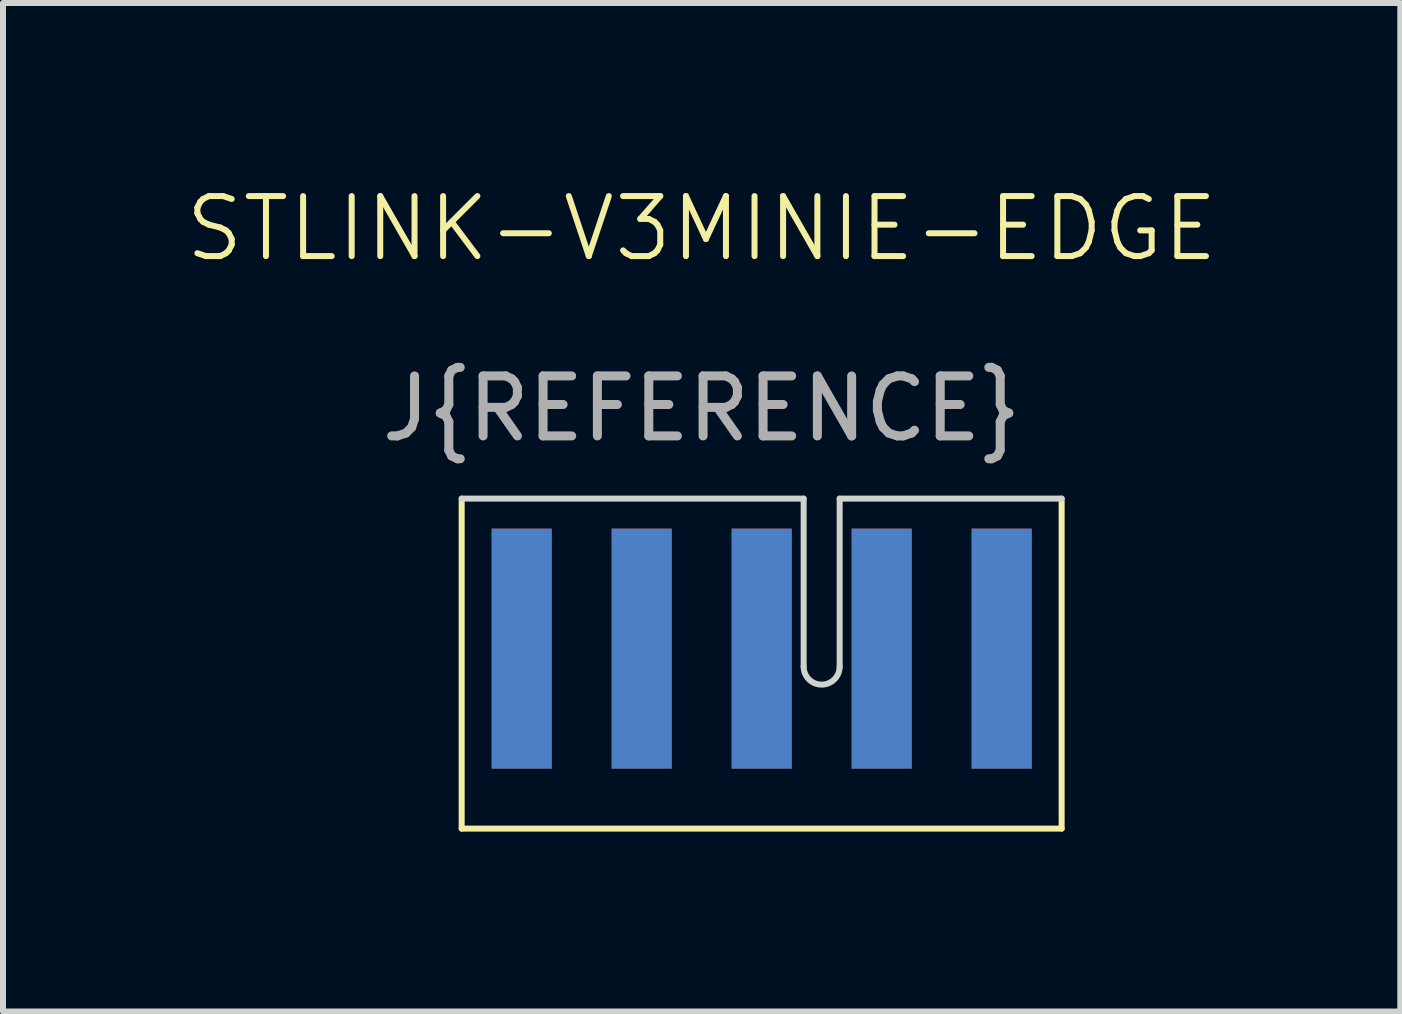
<source format=kicad_pcb>
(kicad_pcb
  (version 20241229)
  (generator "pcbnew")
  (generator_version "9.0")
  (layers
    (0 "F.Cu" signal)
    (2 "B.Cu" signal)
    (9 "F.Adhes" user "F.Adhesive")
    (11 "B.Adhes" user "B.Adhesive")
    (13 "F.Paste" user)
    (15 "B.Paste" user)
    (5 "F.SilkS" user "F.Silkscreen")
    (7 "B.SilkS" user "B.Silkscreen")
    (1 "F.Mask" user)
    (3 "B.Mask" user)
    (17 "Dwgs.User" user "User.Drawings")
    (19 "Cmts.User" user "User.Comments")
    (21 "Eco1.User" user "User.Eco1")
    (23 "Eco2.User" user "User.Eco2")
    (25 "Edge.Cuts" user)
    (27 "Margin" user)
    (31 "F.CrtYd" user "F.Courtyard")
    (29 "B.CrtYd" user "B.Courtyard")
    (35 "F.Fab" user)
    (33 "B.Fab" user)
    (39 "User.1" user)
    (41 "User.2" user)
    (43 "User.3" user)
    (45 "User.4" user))
  (footprint "STLINK-V3MINIE-EDGE"
    (layer "F.Cu")
    (at 8.645 5.261)
    (property "Reference" "STLINK-V3MINIE-EDGE" (at 0 -4.5 0) (unlocked yes) (layer "F.SilkS") (effects (font (size 1 1) (thickness 0.1))))
    (attr smd)
    (fp_line (start -4 0) (end -4 5.5) (stroke (width 0.1) (type default)) (layer "F.SilkS"))
    (fp_line (start 6 0) (end 6 5.5) (stroke (width 0.1) (type default)) (layer "F.SilkS"))
    (fp_line (start 6 5.5) (end -4 5.5) (stroke (width 0.1) (type default)) (layer "F.SilkS"))
    (fp_line (start 1.7 0) (end -4 0) (stroke (width 0.1) (type default)) (layer "Edge.Cuts"))
    (fp_line (start 1.7 0) (end 1.7 2.8) (stroke (width 0.1) (type default)) (layer "Edge.Cuts"))
    (fp_line (start 2.3 0) (end 2.3 2.8) (stroke (width 0.1) (type default)) (layer "Edge.Cuts"))
    (fp_line (start 2.3 0) (end 6 0) (stroke (width 0.1) (type default)) (layer "Edge.Cuts"))
    (fp_arc (start 2.3 2.8) (mid 2 3.1) (end 1.7 2.8) (stroke (width 0.1) (type default)) (layer "Edge.Cuts"))
    (fp_text user "J{REFERENCE}" (at 0 -1.5 0) (unlocked yes) (layer "F.Fab") (effects (font (size 1 1) (thickness 0.15))))
    (pad "1" smd rect (at 5 2.5) (size 1 4) (layers "F.Cu" "F.Mask"))
    (pad "2" smd rect (at 3 2.5) (size 1 4) (layers "F.Cu" "F.Mask"))
    (pad "3" smd rect (at 1 2.5) (size 1 4) (layers "F.Cu" "F.Mask"))
    (pad "4" smd rect (at -1 2.5) (size 1 4) (layers "F.Cu" "F.Mask"))
    (pad "5" smd rect (at -3 2.5) (size 1 4) (layers "F.Cu" "F.Mask"))
    (pad "6" smd rect (at 5 2.5) (size 1 4) (layers "B.Cu" "B.Mask"))
    (pad "7" smd rect (at 3 2.5) (size 1 4) (layers "B.Cu" "B.Mask"))
    (pad "8" smd rect (at 1 2.5) (size 1 4) (layers "B.Cu" "B.Mask"))
    (pad "9" smd rect (at -1 2.5) (size 1 4) (layers "B.Cu" "B.Mask"))
    (pad "10" smd rect (at -3 2.5) (size 1 4) (layers "B.Cu" "B.Mask")))
  (gr_rect
    (start -3 -3)
    (end 20.29 13.81)
    (stroke (width 0.1) (type default))
    (fill no)
    (layer "Edge.Cuts")))
</source>
